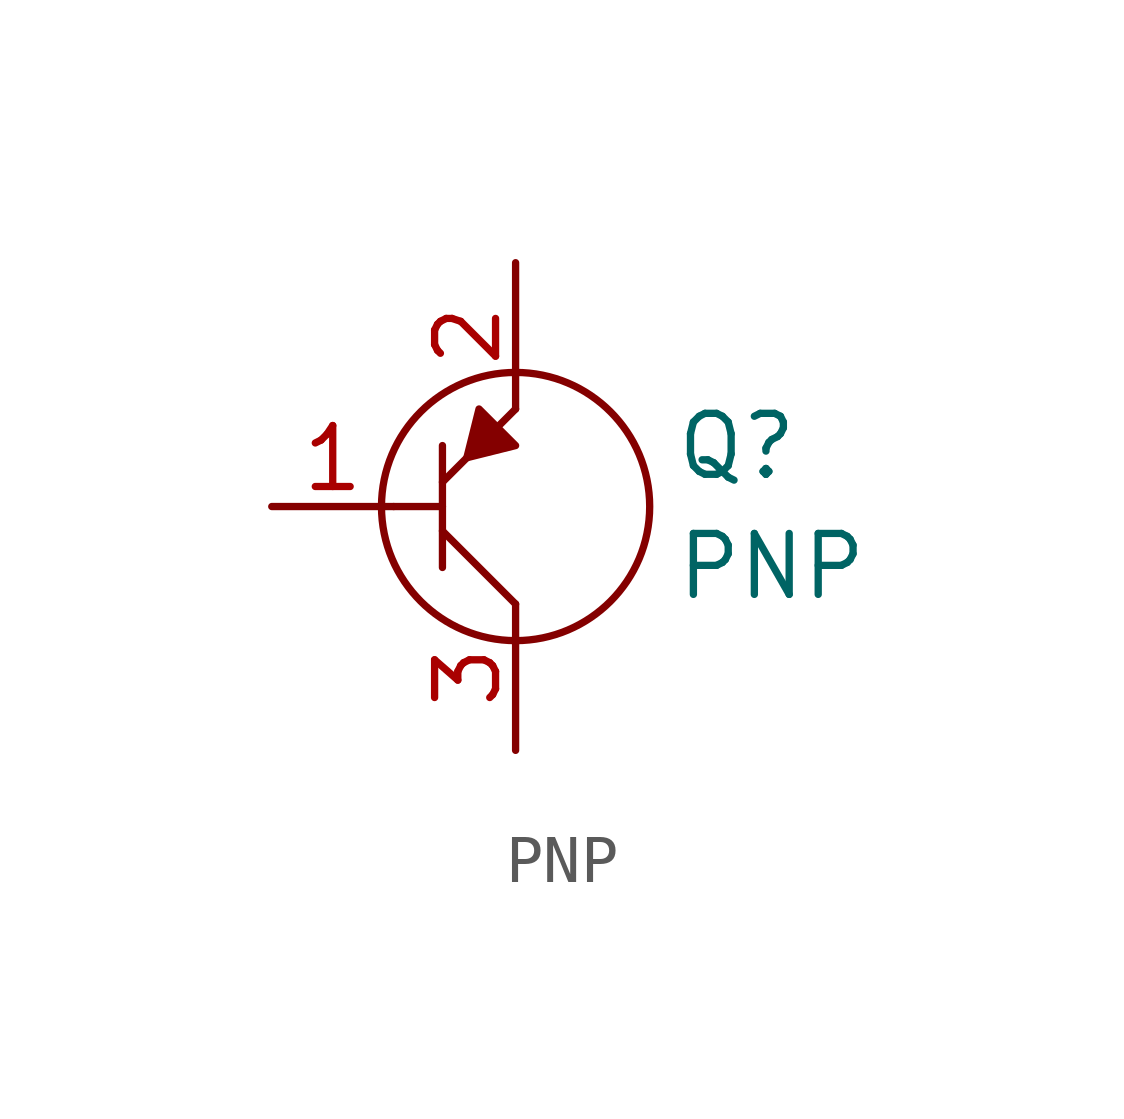
<source format=kicad_sym>
(kicad_symbol_lib
  (version 20211014)
  (generator kicad_symbol_editor)
  (symbol "PNP"
    (pin_names
      (offset 0) hide)
    (property "Reference" "Q"
      (at 3.302 0.508 0)
      (effects (font (size 1.27 1.27)) (justify left bottom)))
    (property "Value" "PNP"
      (at 3.302 -0.508 0)
      (effects (font (size 1.27 1.27)) (justify left top)))
    (symbol "PNP_0_1"
      (polyline (pts (xy -2.54 0) (xy -1.524 0)) (stroke (width 0) (type default) (color 0 0 0 0)) (fill (type none)))
      (polyline (pts (xy -1.524 -1.27) (xy -1.524 1.27)) (stroke (width 0) (type default) (color 0 0 0 0)) (fill (type none)))
      (polyline (pts (xy 0 -2.032) (xy -1.524 -0.508)) (stroke (width 0) (type default) (color 0 0 0 0)) (fill (type none)))
      (polyline (pts (xy 0 2.032) (xy -1.524 0.508)) (stroke (width 0) (type default) (color 0 0 0 0)) (fill (type none)))
      (polyline (pts (xy 0 1.27) (xy -0.762 2.032) (xy -1.016 1.016) (xy 0 1.27)) (stroke (width 0) (type default) (color 0 0 0 0)) (fill (type outline)))
      (circle (center 0 0) (radius 2.794) (stroke (width 0) (type default) (color 0 0 0 0)) (fill (type none))))
    (symbol "PNP_1_1"
      (pin passive line (at -5.08 0 0) (length 2.54) (name "B" (effects (font (size 1.27 1.27)))) (number "1" (effects (font (size 1.27 1.27)))))
      (pin passive line (at 0 5.08 270) (length 3.048) (name "E" (effects (font (size 1.27 1.27)))) (number "2" (effects (font (size 1.27 1.27)))))
      (pin passive line (at 0 -5.08 90) (length 3.048) (name "C" (effects (font (size 1.27 1.27)))) (number "3" (effects (font (size 1.27 1.27))))))))
</source>
